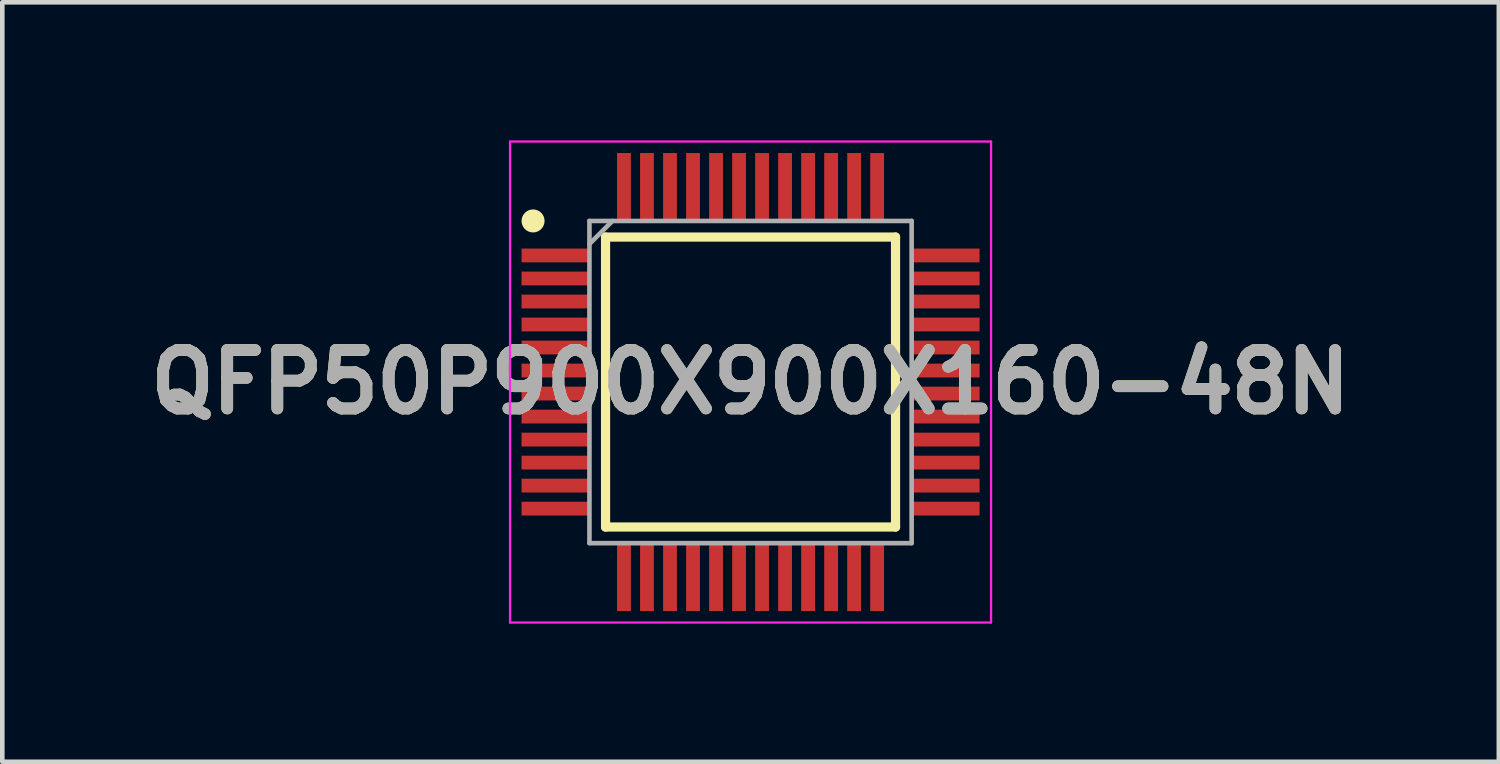
<source format=kicad_pcb>
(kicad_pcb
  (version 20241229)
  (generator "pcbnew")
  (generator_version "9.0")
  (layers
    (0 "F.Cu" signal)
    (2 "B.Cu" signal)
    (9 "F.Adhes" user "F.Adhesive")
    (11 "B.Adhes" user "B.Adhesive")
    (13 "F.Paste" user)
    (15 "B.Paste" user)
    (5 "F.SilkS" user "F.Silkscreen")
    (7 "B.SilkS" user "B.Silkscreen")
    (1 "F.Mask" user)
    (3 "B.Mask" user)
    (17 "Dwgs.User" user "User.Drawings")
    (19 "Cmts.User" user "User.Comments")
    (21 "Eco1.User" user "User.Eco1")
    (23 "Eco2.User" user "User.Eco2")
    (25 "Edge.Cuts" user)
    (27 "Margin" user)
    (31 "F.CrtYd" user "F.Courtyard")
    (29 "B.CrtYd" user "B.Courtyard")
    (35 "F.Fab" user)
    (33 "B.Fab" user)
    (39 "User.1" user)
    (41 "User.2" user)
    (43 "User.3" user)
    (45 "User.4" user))
  (footprint "QFP50P900X900X160-48N"
    (layer "F.Cu")
    (at 13.256 5.25)
    (property "Reference" "QFP50P900X900X160-48N" (at 0 0 0) (layer "F.SilkS") (effects (font (size 1.27 1.27) (thickness 0.254))))
    (attr smd)
    (fp_line (start -3.15 -3.15) (end 3.15 -3.15) (stroke (width 0.2) (type solid)) (layer "F.SilkS"))
    (fp_line (start -3.15 3.15) (end -3.15 -3.15) (stroke (width 0.2) (type solid)) (layer "F.SilkS"))
    (fp_line (start 3.15 -3.15) (end 3.15 3.15) (stroke (width 0.2) (type solid)) (layer "F.SilkS"))
    (fp_line (start 3.15 3.15) (end -3.15 3.15) (stroke (width 0.2) (type solid)) (layer "F.SilkS"))
    (fp_circle (center -4.725 -3.5) (end -4.725 -3.375) (stroke (width 0.25) (type solid)) (fill no) (layer "F.SilkS"))
    (fp_line (start -5.225 -5.225) (end 5.225 -5.225) (stroke (width 0.05) (type solid)) (layer "F.CrtYd"))
    (fp_line (start -5.225 5.225) (end -5.225 -5.225) (stroke (width 0.05) (type solid)) (layer "F.CrtYd"))
    (fp_line (start 5.225 -5.225) (end 5.225 5.225) (stroke (width 0.05) (type solid)) (layer "F.CrtYd"))
    (fp_line (start 5.225 5.225) (end -5.225 5.225) (stroke (width 0.05) (type solid)) (layer "F.CrtYd"))
    (fp_line (start -3.5 -3.5) (end 3.5 -3.5) (stroke (width 0.1) (type solid)) (layer "F.Fab"))
    (fp_line (start -3.5 -3) (end -3 -3.5) (stroke (width 0.1) (type solid)) (layer "F.Fab"))
    (fp_line (start -3.5 3.5) (end -3.5 -3.5) (stroke (width 0.1) (type solid)) (layer "F.Fab"))
    (fp_line (start 3.5 -3.5) (end 3.5 3.5) (stroke (width 0.1) (type solid)) (layer "F.Fab"))
    (fp_line (start 3.5 3.5) (end -3.5 3.5) (stroke (width 0.1) (type solid)) (layer "F.Fab"))
    (fp_text user "${REFERENCE}" (at 0 0 0) (layer "F.Fab") (effects (font (size 1.27 1.27) (thickness 0.254))))
    (pad "1" smd rect (at -4.238 -2.75 90) (size 0.3 1.475) (layers "F.Cu" "F.Paste"))
    (pad "2" smd rect (at -4.238 -2.25 90) (size 0.3 1.475) (layers "F.Cu" "F.Paste"))
    (pad "3" smd rect (at -4.238 -1.75 90) (size 0.3 1.475) (layers "F.Cu" "F.Paste"))
    (pad "4" smd rect (at -4.238 -1.25 90) (size 0.3 1.475) (layers "F.Cu" "F.Paste"))
    (pad "5" smd rect (at -4.238 -0.75 90) (size 0.3 1.475) (layers "F.Cu" "F.Paste"))
    (pad "6" smd rect (at -4.238 -0.25 90) (size 0.3 1.475) (layers "F.Cu" "F.Paste"))
    (pad "7" smd rect (at -4.238 0.25 90) (size 0.3 1.475) (layers "F.Cu" "F.Paste"))
    (pad "8" smd rect (at -4.238 0.75 90) (size 0.3 1.475) (layers "F.Cu" "F.Paste"))
    (pad "9" smd rect (at -4.238 1.25 90) (size 0.3 1.475) (layers "F.Cu" "F.Paste"))
    (pad "10" smd rect (at -4.238 1.75 90) (size 0.3 1.475) (layers "F.Cu" "F.Paste"))
    (pad "11" smd rect (at -4.238 2.25 90) (size 0.3 1.475) (layers "F.Cu" "F.Paste"))
    (pad "12" smd rect (at -4.238 2.75 90) (size 0.3 1.475) (layers "F.Cu" "F.Paste"))
    (pad "13" smd rect (at -2.75 4.238) (size 0.3 1.475) (layers "F.Cu" "F.Paste"))
    (pad "14" smd rect (at -2.25 4.238) (size 0.3 1.475) (layers "F.Cu" "F.Paste"))
    (pad "15" smd rect (at -1.75 4.238) (size 0.3 1.475) (layers "F.Cu" "F.Paste"))
    (pad "16" smd rect (at -1.25 4.238) (size 0.3 1.475) (layers "F.Cu" "F.Paste"))
    (pad "17" smd rect (at -0.75 4.238) (size 0.3 1.475) (layers "F.Cu" "F.Paste"))
    (pad "18" smd rect (at -0.25 4.238) (size 0.3 1.475) (layers "F.Cu" "F.Paste"))
    (pad "19" smd rect (at 0.25 4.238) (size 0.3 1.475) (layers "F.Cu" "F.Paste"))
    (pad "20" smd rect (at 0.75 4.238) (size 0.3 1.475) (layers "F.Cu" "F.Paste"))
    (pad "21" smd rect (at 1.25 4.238) (size 0.3 1.475) (layers "F.Cu" "F.Paste"))
    (pad "22" smd rect (at 1.75 4.238) (size 0.3 1.475) (layers "F.Cu" "F.Paste"))
    (pad "23" smd rect (at 2.25 4.238) (size 0.3 1.475) (layers "F.Cu" "F.Paste"))
    (pad "24" smd rect (at 2.75 4.238) (size 0.3 1.475) (layers "F.Cu" "F.Paste"))
    (pad "25" smd rect (at 4.238 2.75 90) (size 0.3 1.475) (layers "F.Cu" "F.Paste"))
    (pad "26" smd rect (at 4.238 2.25 90) (size 0.3 1.475) (layers "F.Cu" "F.Paste"))
    (pad "27" smd rect (at 4.238 1.75 90) (size 0.3 1.475) (layers "F.Cu" "F.Paste"))
    (pad "28" smd rect (at 4.238 1.25 90) (size 0.3 1.475) (layers "F.Cu" "F.Paste"))
    (pad "29" smd rect (at 4.238 0.75 90) (size 0.3 1.475) (layers "F.Cu" "F.Paste"))
    (pad "30" smd rect (at 4.238 0.25 90) (size 0.3 1.475) (layers "F.Cu" "F.Paste"))
    (pad "31" smd rect (at 4.238 -0.25 90) (size 0.3 1.475) (layers "F.Cu" "F.Paste"))
    (pad "32" smd rect (at 4.238 -0.75 90) (size 0.3 1.475) (layers "F.Cu" "F.Paste"))
    (pad "33" smd rect (at 4.238 -1.25 90) (size 0.3 1.475) (layers "F.Cu" "F.Paste"))
    (pad "34" smd rect (at 4.238 -1.75 90) (size 0.3 1.475) (layers "F.Cu" "F.Paste"))
    (pad "35" smd rect (at 4.238 -2.25 90) (size 0.3 1.475) (layers "F.Cu" "F.Paste"))
    (pad "36" smd rect (at 4.238 -2.75 90) (size 0.3 1.475) (layers "F.Cu" "F.Paste"))
    (pad "37" smd rect (at 2.75 -4.238) (size 0.3 1.475) (layers "F.Cu" "F.Paste"))
    (pad "38" smd rect (at 2.25 -4.238) (size 0.3 1.475) (layers "F.Cu" "F.Paste"))
    (pad "39" smd rect (at 1.75 -4.238) (size 0.3 1.475) (layers "F.Cu" "F.Paste"))
    (pad "40" smd rect (at 1.25 -4.238) (size 0.3 1.475) (layers "F.Cu" "F.Paste"))
    (pad "41" smd rect (at 0.75 -4.238) (size 0.3 1.475) (layers "F.Cu" "F.Paste"))
    (pad "42" smd rect (at 0.25 -4.238) (size 0.3 1.475) (layers "F.Cu" "F.Paste"))
    (pad "43" smd rect (at -0.25 -4.238) (size 0.3 1.475) (layers "F.Cu" "F.Paste"))
    (pad "44" smd rect (at -0.75 -4.238) (size 0.3 1.475) (layers "F.Cu" "F.Paste"))
    (pad "45" smd rect (at -1.25 -4.238) (size 0.3 1.475) (layers "F.Cu" "F.Paste"))
    (pad "46" smd rect (at -1.75 -4.238) (size 0.3 1.475) (layers "F.Cu" "F.Paste"))
    (pad "47" smd rect (at -2.25 -4.238) (size 0.3 1.475) (layers "F.Cu" "F.Paste"))
    (pad "48" smd rect (at -2.75 -4.238) (size 0.3 1.475) (layers "F.Cu" "F.Paste")))
  (gr_rect
    (start -3 -3)
    (end 29.513 13.5)
    (stroke (width 0.1) (type default))
    (fill no)
    (layer "Edge.Cuts")))
</source>
